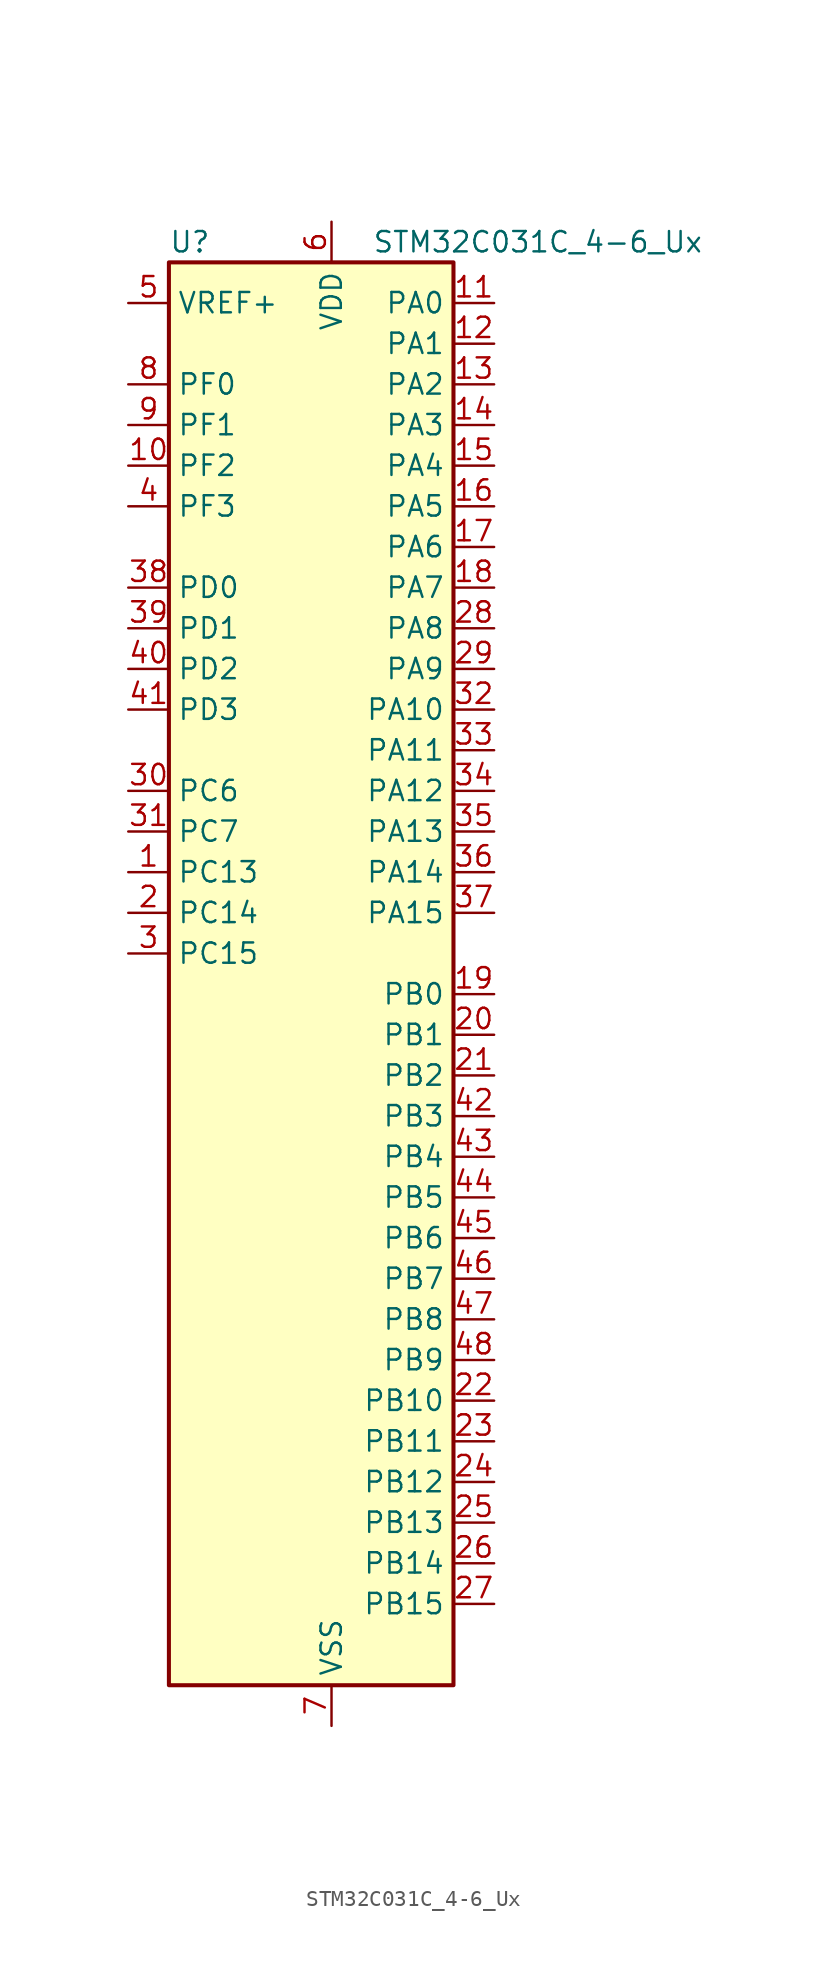
<source format=kicad_sym>
(kicad_symbol_lib
  (version 20231120)
  (generator "kicad_symbol_editor")
  (generator_version "8.0")
  (symbol "STM32C031C_4-6_Ux"
    (property "Reference" "U"
      (at -7.62 46.99 0)
      (effects (font (size 1.27 1.27)) (justify left)))
    (property "Value" "STM32C031C_4-6_Ux"
      (at 5.08 46.99 0)
      (effects (font (size 1.27 1.27)) (justify left)))
    (property "ki_locked" ""
      (at 0 0 0)
      (effects (font (size 1.27 1.27))))
    (symbol "STM32C031C_4-6_Ux_0_1"
      (rectangle (start -7.62 -43.18) (end 10.16 45.72) (stroke (width 0.254) (type default)) (fill (type background))))
    (symbol "STM32C031C_4-6_Ux_1_1"
      (pin bidirectional line (at -10.16 7.62 0) (length 2.54) (name "PC13" (effects (font (size 1.27 1.27)))) (number "1" (effects (font (size 1.27 1.27)))) (alternate "PWR_WKUP2" bidirectional line) (alternate "RTC_OUT1" bidirectional line) (alternate "RTC_TS" bidirectional line) (alternate "TIM1_BKIN" bidirectional line) (alternate "TIM1_ETR" bidirectional line))
      (pin bidirectional line (at -10.16 33.02 0) (length 2.54) (name "PF2" (effects (font (size 1.27 1.27)))) (number "10" (effects (font (size 1.27 1.27)))) (alternate "RCC_MCO" bidirectional line) (alternate "TIM1_CH4" bidirectional line))
      (pin bidirectional line (at 12.7 43.18 180) (length 2.54) (name "PA0" (effects (font (size 1.27 1.27)))) (number "11" (effects (font (size 1.27 1.27)))) (alternate "ADC1_IN0" bidirectional line) (alternate "PWR_WKUP1" bidirectional line) (alternate "TIM16_CH1" bidirectional line) (alternate "TIM1_CH1" bidirectional line) (alternate "USART1_TX" bidirectional line) (alternate "USART2_CTS" bidirectional line) (alternate "USART2_NSS" bidirectional line))
      (pin bidirectional line (at 12.7 40.64 180) (length 2.54) (name "PA1" (effects (font (size 1.27 1.27)))) (number "12" (effects (font (size 1.27 1.27)))) (alternate "ADC1_IN1" bidirectional line) (alternate "I2C1_SMBA" bidirectional line) (alternate "I2S1_CK" bidirectional line) (alternate "SPI1_SCK" bidirectional line) (alternate "TIM17_CH1" bidirectional line) (alternate "TIM1_CH2" bidirectional line) (alternate "USART1_RX" bidirectional line) (alternate "USART2_CK" bidirectional line) (alternate "USART2_DE" bidirectional line) (alternate "USART2_RTS" bidirectional line))
      (pin bidirectional line (at 12.7 38.1 180) (length 2.54) (name "PA2" (effects (font (size 1.27 1.27)))) (number "13" (effects (font (size 1.27 1.27)))) (alternate "ADC1_IN2" bidirectional line) (alternate "I2S1_SD" bidirectional line) (alternate "PWR_WKUP4" bidirectional line) (alternate "RCC_LSCO" bidirectional line) (alternate "SPI1_MOSI" bidirectional line) (alternate "TIM16_CH1N" bidirectional line) (alternate "TIM1_CH3" bidirectional line) (alternate "TIM3_ETR" bidirectional line) (alternate "USART2_TX" bidirectional line))
      (pin bidirectional line (at 12.7 35.56 180) (length 2.54) (name "PA3" (effects (font (size 1.27 1.27)))) (number "14" (effects (font (size 1.27 1.27)))) (alternate "ADC1_IN3" bidirectional line) (alternate "TIM1_CH1N" bidirectional line) (alternate "TIM1_CH4" bidirectional line) (alternate "USART2_RX" bidirectional line))
      (pin bidirectional line (at 12.7 33.02 180) (length 2.54) (name "PA4" (effects (font (size 1.27 1.27)))) (number "15" (effects (font (size 1.27 1.27)))) (alternate "ADC1_IN4" bidirectional line) (alternate "I2S1_WS" bidirectional line) (alternate "RTC_OUT2" bidirectional line) (alternate "SPI1_NSS" bidirectional line) (alternate "TIM14_CH1" bidirectional line) (alternate "TIM17_CH1N" bidirectional line) (alternate "TIM1_CH2N" bidirectional line) (alternate "USART2_TX" bidirectional line))
      (pin bidirectional line (at 12.7 30.48 180) (length 2.54) (name "PA5" (effects (font (size 1.27 1.27)))) (number "16" (effects (font (size 1.27 1.27)))) (alternate "ADC1_IN5" bidirectional line) (alternate "I2S1_CK" bidirectional line) (alternate "SPI1_SCK" bidirectional line) (alternate "TIM1_CH1" bidirectional line) (alternate "TIM1_CH3N" bidirectional line) (alternate "USART2_RX" bidirectional line))
      (pin bidirectional line (at 12.7 27.94 180) (length 2.54) (name "PA6" (effects (font (size 1.27 1.27)))) (number "17" (effects (font (size 1.27 1.27)))) (alternate "ADC1_IN6" bidirectional line) (alternate "I2S1_MCK" bidirectional line) (alternate "SPI1_MISO" bidirectional line) (alternate "TIM16_CH1" bidirectional line) (alternate "TIM1_BKIN" bidirectional line) (alternate "TIM3_CH1" bidirectional line))
      (pin bidirectional line (at 12.7 25.4 180) (length 2.54) (name "PA7" (effects (font (size 1.27 1.27)))) (number "18" (effects (font (size 1.27 1.27)))) (alternate "ADC1_IN7" bidirectional line) (alternate "I2S1_SD" bidirectional line) (alternate "SPI1_MOSI" bidirectional line) (alternate "TIM14_CH1" bidirectional line) (alternate "TIM17_CH1" bidirectional line) (alternate "TIM1_CH1N" bidirectional line) (alternate "TIM3_CH2" bidirectional line))
      (pin bidirectional line (at 12.7 0 180) (length 2.54) (name "PB0" (effects (font (size 1.27 1.27)))) (number "19" (effects (font (size 1.27 1.27)))) (alternate "ADC1_IN17" bidirectional line) (alternate "I2S1_WS" bidirectional line) (alternate "SPI1_NSS" bidirectional line) (alternate "TIM1_CH2N" bidirectional line) (alternate "TIM3_CH3" bidirectional line))
      (pin bidirectional line (at -10.16 5.08 0) (length 2.54) (name "PC14" (effects (font (size 1.27 1.27)))) (number "2" (effects (font (size 1.27 1.27)))) (alternate "I2C1_SDA" bidirectional line) (alternate "IR_OUT" bidirectional line) (alternate "RCC_OSCX_IN" bidirectional line) (alternate "TIM17_CH1" bidirectional line) (alternate "TIM1_BKIN2" bidirectional line) (alternate "TIM1_ETR" bidirectional line) (alternate "TIM3_CH2" bidirectional line) (alternate "USART1_TX" bidirectional line) (alternate "USART2_CK" bidirectional line) (alternate "USART2_DE" bidirectional line) (alternate "USART2_RTS" bidirectional line))
      (pin bidirectional line (at 12.7 -2.54 180) (length 2.54) (name "PB1" (effects (font (size 1.27 1.27)))) (number "20" (effects (font (size 1.27 1.27)))) (alternate "ADC1_IN18" bidirectional line) (alternate "TIM14_CH1" bidirectional line) (alternate "TIM1_CH2N" bidirectional line) (alternate "TIM1_CH3N" bidirectional line) (alternate "TIM3_CH4" bidirectional line))
      (pin bidirectional line (at 12.7 -5.08 180) (length 2.54) (name "PB2" (effects (font (size 1.27 1.27)))) (number "21" (effects (font (size 1.27 1.27)))) (alternate "ADC1_IN19" bidirectional line) (alternate "RCC_MCO_2" bidirectional line) (alternate "USART1_RX" bidirectional line))
      (pin bidirectional line (at 12.7 -25.4 180) (length 2.54) (name "PB10" (effects (font (size 1.27 1.27)))) (number "22" (effects (font (size 1.27 1.27)))) (alternate "ADC1_IN20" bidirectional line))
      (pin bidirectional line (at 12.7 -27.94 180) (length 2.54) (name "PB11" (effects (font (size 1.27 1.27)))) (number "23" (effects (font (size 1.27 1.27)))) (alternate "ADC1_EXTI11" bidirectional line) (alternate "ADC1_IN21" bidirectional line))
      (pin bidirectional line (at 12.7 -30.48 180) (length 2.54) (name "PB12" (effects (font (size 1.27 1.27)))) (number "24" (effects (font (size 1.27 1.27)))) (alternate "ADC1_IN22" bidirectional line) (alternate "TIM1_BKIN" bidirectional line) (alternate "TIM1_BKIN2" bidirectional line))
      (pin bidirectional line (at 12.7 -33.02 180) (length 2.54) (name "PB13" (effects (font (size 1.27 1.27)))) (number "25" (effects (font (size 1.27 1.27)))) (alternate "TIM1_CH1N" bidirectional line))
      (pin bidirectional line (at 12.7 -35.56 180) (length 2.54) (name "PB14" (effects (font (size 1.27 1.27)))) (number "26" (effects (font (size 1.27 1.27)))) (alternate "TIM1_CH2N" bidirectional line))
      (pin bidirectional line (at 12.7 -38.1 180) (length 2.54) (name "PB15" (effects (font (size 1.27 1.27)))) (number "27" (effects (font (size 1.27 1.27)))) (alternate "RTC_REFIN" bidirectional line) (alternate "TIM1_CH3N" bidirectional line))
      (pin bidirectional line (at 12.7 22.86 180) (length 2.54) (name "PA8" (effects (font (size 1.27 1.27)))) (number "28" (effects (font (size 1.27 1.27)))) (alternate "ADC1_IN8" bidirectional line) (alternate "I2S1_WS" bidirectional line) (alternate "RCC_MCO" bidirectional line) (alternate "RCC_MCO_2" bidirectional line) (alternate "SPI1_NSS" bidirectional line) (alternate "TIM14_CH1" bidirectional line) (alternate "TIM1_CH1" bidirectional line) (alternate "TIM1_CH2N" bidirectional line) (alternate "TIM1_CH3N" bidirectional line) (alternate "TIM3_CH3" bidirectional line) (alternate "TIM3_CH4" bidirectional line) (alternate "USART1_RX" bidirectional line) (alternate "USART2_TX" bidirectional line))
      (pin bidirectional line (at 12.7 20.32 180) (length 2.54) (name "PA9" (effects (font (size 1.27 1.27)))) (number "29" (effects (font (size 1.27 1.27)))) (alternate "I2C1_SCL" bidirectional line) (alternate "RCC_MCO" bidirectional line) (alternate "TIM1_CH2" bidirectional line) (alternate "TIM3_ETR" bidirectional line) (alternate "USART1_TX" bidirectional line))
      (pin bidirectional line (at -10.16 2.54 0) (length 2.54) (name "PC15" (effects (font (size 1.27 1.27)))) (number "3" (effects (font (size 1.27 1.27)))) (alternate "RCC_OSC32_EN" bidirectional line) (alternate "RCC_OSCX_OUT" bidirectional line) (alternate "RCC_OSC_EN" bidirectional line) (alternate "TIM1_ETR" bidirectional line) (alternate "TIM3_CH3" bidirectional line))
      (pin bidirectional line (at -10.16 12.7 0) (length 2.54) (name "PC6" (effects (font (size 1.27 1.27)))) (number "30" (effects (font (size 1.27 1.27)))) (alternate "TIM3_CH1" bidirectional line))
      (pin bidirectional line (at -10.16 10.16 0) (length 2.54) (name "PC7" (effects (font (size 1.27 1.27)))) (number "31" (effects (font (size 1.27 1.27)))) (alternate "TIM3_CH2" bidirectional line))
      (pin bidirectional line (at 12.7 17.78 180) (length 2.54) (name "PA10" (effects (font (size 1.27 1.27)))) (number "32" (effects (font (size 1.27 1.27)))) (alternate "I2C1_SDA" bidirectional line) (alternate "RCC_MCO_2" bidirectional line) (alternate "TIM17_BKIN" bidirectional line) (alternate "TIM1_CH3" bidirectional line) (alternate "USART1_RX" bidirectional line))
      (pin bidirectional line (at 12.7 15.24 180) (length 2.54) (name "PA11" (effects (font (size 1.27 1.27)))) (number "33" (effects (font (size 1.27 1.27)))) (alternate "ADC1_EXTI11" bidirectional line) (alternate "ADC1_IN11" bidirectional line) (alternate "I2S1_MCK" bidirectional line) (alternate "SPI1_MISO" bidirectional line) (alternate "TIM1_BKIN2" bidirectional line) (alternate "TIM1_CH4" bidirectional line) (alternate "USART1_CTS" bidirectional line) (alternate "USART1_NSS" bidirectional line))
      (pin bidirectional line (at 12.7 12.7 180) (length 2.54) (name "PA12" (effects (font (size 1.27 1.27)))) (number "34" (effects (font (size 1.27 1.27)))) (alternate "ADC1_IN12" bidirectional line) (alternate "I2S1_SD" bidirectional line) (alternate "I2S_CKIN" bidirectional line) (alternate "SPI1_MOSI" bidirectional line) (alternate "TIM1_ETR" bidirectional line) (alternate "USART1_CK" bidirectional line) (alternate "USART1_DE" bidirectional line) (alternate "USART1_RTS" bidirectional line))
      (pin bidirectional line (at 12.7 10.16 180) (length 2.54) (name "PA13" (effects (font (size 1.27 1.27)))) (number "35" (effects (font (size 1.27 1.27)))) (alternate "ADC1_IN13" bidirectional line) (alternate "DEBUG_SWDIO" bidirectional line) (alternate "IR_OUT" bidirectional line) (alternate "TIM3_ETR" bidirectional line) (alternate "USART2_RX" bidirectional line))
      (pin bidirectional line (at 12.7 7.62 180) (length 2.54) (name "PA14" (effects (font (size 1.27 1.27)))) (number "36" (effects (font (size 1.27 1.27)))) (alternate "ADC1_IN14" bidirectional line) (alternate "DEBUG_SWCLK" bidirectional line) (alternate "I2S1_WS" bidirectional line) (alternate "RCC_MCO_2" bidirectional line) (alternate "SPI1_NSS" bidirectional line) (alternate "TIM1_CH1" bidirectional line) (alternate "USART1_CK" bidirectional line) (alternate "USART1_DE" bidirectional line) (alternate "USART1_RTS" bidirectional line) (alternate "USART2_RX" bidirectional line) (alternate "USART2_TX" bidirectional line))
      (pin bidirectional line (at 12.7 5.08 180) (length 2.54) (name "PA15" (effects (font (size 1.27 1.27)))) (number "37" (effects (font (size 1.27 1.27)))) (alternate "I2S1_WS" bidirectional line) (alternate "RCC_MCO_2" bidirectional line) (alternate "SPI1_NSS" bidirectional line) (alternate "TIM1_CH1" bidirectional line) (alternate "USART1_CK" bidirectional line) (alternate "USART1_DE" bidirectional line) (alternate "USART1_RTS" bidirectional line) (alternate "USART2_RX" bidirectional line))
      (pin bidirectional line (at -10.16 25.4 0) (length 2.54) (name "PD0" (effects (font (size 1.27 1.27)))) (number "38" (effects (font (size 1.27 1.27)))) (alternate "TIM16_CH1" bidirectional line))
      (pin bidirectional line (at -10.16 22.86 0) (length 2.54) (name "PD1" (effects (font (size 1.27 1.27)))) (number "39" (effects (font (size 1.27 1.27)))) (alternate "TIM17_CH1" bidirectional line))
      (pin bidirectional line (at -10.16 30.48 0) (length 2.54) (name "PF3" (effects (font (size 1.27 1.27)))) (number "4" (effects (font (size 1.27 1.27)))))
      (pin bidirectional line (at -10.16 20.32 0) (length 2.54) (name "PD2" (effects (font (size 1.27 1.27)))) (number "40" (effects (font (size 1.27 1.27)))) (alternate "TIM1_CH1N" bidirectional line) (alternate "TIM3_ETR" bidirectional line))
      (pin bidirectional line (at -10.16 17.78 0) (length 2.54) (name "PD3" (effects (font (size 1.27 1.27)))) (number "41" (effects (font (size 1.27 1.27)))) (alternate "TIM1_CH2N" bidirectional line) (alternate "USART2_CTS" bidirectional line) (alternate "USART2_NSS" bidirectional line))
      (pin bidirectional line (at 12.7 -7.62 180) (length 2.54) (name "PB3" (effects (font (size 1.27 1.27)))) (number "42" (effects (font (size 1.27 1.27)))) (alternate "I2S1_CK" bidirectional line) (alternate "SPI1_SCK" bidirectional line) (alternate "TIM1_CH2" bidirectional line) (alternate "TIM3_CH2" bidirectional line) (alternate "USART1_CK" bidirectional line) (alternate "USART1_DE" bidirectional line) (alternate "USART1_RTS" bidirectional line))
      (pin bidirectional line (at 12.7 -10.16 180) (length 2.54) (name "PB4" (effects (font (size 1.27 1.27)))) (number "43" (effects (font (size 1.27 1.27)))) (alternate "I2S1_MCK" bidirectional line) (alternate "SPI1_MISO" bidirectional line) (alternate "TIM17_BKIN" bidirectional line) (alternate "TIM3_CH1" bidirectional line) (alternate "USART1_CTS" bidirectional line) (alternate "USART1_NSS" bidirectional line))
      (pin bidirectional line (at 12.7 -12.7 180) (length 2.54) (name "PB5" (effects (font (size 1.27 1.27)))) (number "44" (effects (font (size 1.27 1.27)))) (alternate "I2C1_SMBA" bidirectional line) (alternate "I2S1_SD" bidirectional line) (alternate "PWR_WKUP6" bidirectional line) (alternate "SPI1_MOSI" bidirectional line) (alternate "TIM16_BKIN" bidirectional line) (alternate "TIM3_CH2" bidirectional line) (alternate "TIM3_CH3" bidirectional line))
      (pin bidirectional line (at 12.7 -15.24 180) (length 2.54) (name "PB6" (effects (font (size 1.27 1.27)))) (number "45" (effects (font (size 1.27 1.27)))) (alternate "I2C1_SCL" bidirectional line) (alternate "I2C1_SMBA" bidirectional line) (alternate "I2S1_CK" bidirectional line) (alternate "I2S1_MCK" bidirectional line) (alternate "I2S1_SD" bidirectional line) (alternate "PWR_WKUP3" bidirectional line) (alternate "SPI1_MISO" bidirectional line) (alternate "SPI1_MOSI" bidirectional line) (alternate "SPI1_SCK" bidirectional line) (alternate "TIM16_BKIN" bidirectional line) (alternate "TIM16_CH1N" bidirectional line) (alternate "TIM17_BKIN" bidirectional line) (alternate "TIM1_CH2" bidirectional line) (alternate "TIM1_CH3" bidirectional line) (alternate "TIM3_CH1" bidirectional line) (alternate "TIM3_CH2" bidirectional line) (alternate "TIM3_CH3" bidirectional line) (alternate "USART1_CK" bidirectional line) (alternate "USART1_CTS" bidirectional line) (alternate "USART1_DE" bidirectional line) (alternate "USART1_NSS" bidirectional line) (alternate "USART1_RTS" bidirectional line) (alternate "USART1_TX" bidirectional line))
      (pin bidirectional line (at 12.7 -17.78 180) (length 2.54) (name "PB7" (effects (font (size 1.27 1.27)))) (number "46" (effects (font (size 1.27 1.27)))) (alternate "I2C1_SCL" bidirectional line) (alternate "I2C1_SDA" bidirectional line) (alternate "TIM16_CH1" bidirectional line) (alternate "TIM17_CH1N" bidirectional line) (alternate "TIM1_CH4" bidirectional line) (alternate "TIM3_CH1" bidirectional line) (alternate "TIM3_CH4" bidirectional line) (alternate "USART1_RX" bidirectional line) (alternate "USART2_CTS" bidirectional line) (alternate "USART2_NSS" bidirectional line))
      (pin bidirectional line (at 12.7 -20.32 180) (length 2.54) (name "PB8" (effects (font (size 1.27 1.27)))) (number "47" (effects (font (size 1.27 1.27)))) (alternate "I2C1_SCL" bidirectional line) (alternate "TIM16_CH1" bidirectional line) (alternate "TIM3_CH1" bidirectional line) (alternate "USART2_CTS" bidirectional line) (alternate "USART2_NSS" bidirectional line))
      (pin bidirectional line (at 12.7 -22.86 180) (length 2.54) (name "PB9" (effects (font (size 1.27 1.27)))) (number "48" (effects (font (size 1.27 1.27)))) (alternate "I2C1_SDA" bidirectional line) (alternate "IR_OUT" bidirectional line) (alternate "TIM17_CH1" bidirectional line) (alternate "TIM3_CH2" bidirectional line) (alternate "USART2_CK" bidirectional line) (alternate "USART2_DE" bidirectional line) (alternate "USART2_RTS" bidirectional line))
      (pin passive line (at 2.54 -45.72 90) (length 2.54) hide (name "VSS" (effects (font (size 1.27 1.27)))) (number "49" (effects (font (size 1.27 1.27)))))
      (pin input line (at -10.16 43.18 0) (length 2.54) (name "VREF+" (effects (font (size 1.27 1.27)))) (number "5" (effects (font (size 1.27 1.27)))))
      (pin power_in line (at 2.54 48.26 270) (length 2.54) (name "VDD" (effects (font (size 1.27 1.27)))) (number "6" (effects (font (size 1.27 1.27)))))
      (pin power_in line (at 2.54 -45.72 90) (length 2.54) (name "VSS" (effects (font (size 1.27 1.27)))) (number "7" (effects (font (size 1.27 1.27)))))
      (pin bidirectional line (at -10.16 38.1 0) (length 2.54) (name "PF0" (effects (font (size 1.27 1.27)))) (number "8" (effects (font (size 1.27 1.27)))) (alternate "RCC_OSC_IN" bidirectional line) (alternate "TIM14_CH1" bidirectional line))
      (pin bidirectional line (at -10.16 35.56 0) (length 2.54) (name "PF1" (effects (font (size 1.27 1.27)))) (number "9" (effects (font (size 1.27 1.27)))) (alternate "RCC_OSC_EN" bidirectional line) (alternate "RCC_OSC_OUT" bidirectional line)))))
</source>
